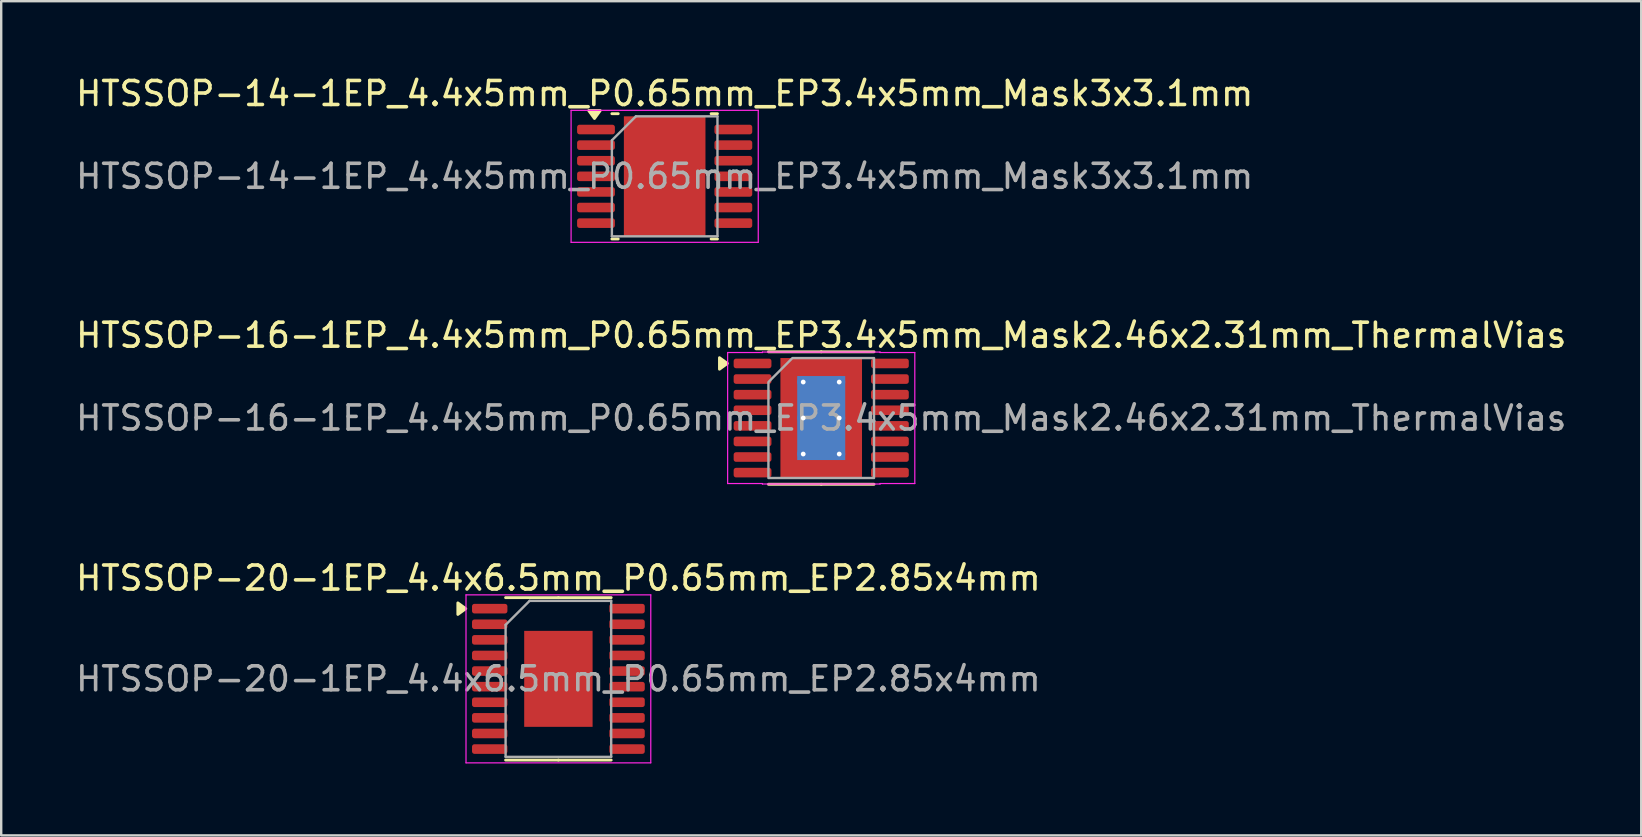
<source format=kicad_pcb>
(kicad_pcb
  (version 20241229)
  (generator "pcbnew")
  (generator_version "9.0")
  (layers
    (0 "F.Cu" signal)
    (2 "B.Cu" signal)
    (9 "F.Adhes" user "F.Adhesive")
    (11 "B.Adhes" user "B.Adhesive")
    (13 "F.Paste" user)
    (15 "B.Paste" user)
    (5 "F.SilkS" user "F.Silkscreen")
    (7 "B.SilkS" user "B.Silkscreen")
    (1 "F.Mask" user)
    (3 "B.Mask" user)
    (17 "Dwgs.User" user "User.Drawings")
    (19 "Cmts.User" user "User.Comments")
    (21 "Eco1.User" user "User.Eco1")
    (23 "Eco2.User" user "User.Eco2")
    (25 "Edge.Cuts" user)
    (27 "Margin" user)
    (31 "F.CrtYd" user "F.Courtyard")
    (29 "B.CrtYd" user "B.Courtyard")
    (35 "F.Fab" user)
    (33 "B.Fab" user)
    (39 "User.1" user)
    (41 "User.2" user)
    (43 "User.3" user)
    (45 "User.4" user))
  (footprint "HTSSOP-16-1EP_4.4x5mm_P0.65mm_EP3.4x5mm_Mask2.46x2.31mm_ThermalVias"
    (layer "F.Cu")
    (at 31.173 14.371)
    (property "Reference" "HTSSOP-16-1EP_4.4x5mm_P0.65mm_EP3.4x5mm_Mask2.46x2.31mm_ThermalVias" (at 0 -3.45 0) (layer "F.SilkS") (effects (font (size 1 1) (thickness 0.15))))
    (attr smd)
    (fp_line (start 0 -2.76) (end -2.2 -2.76) (stroke (width 0.12) (type solid)) (layer "F.SilkS"))
    (fp_line (start 0 -2.76) (end 2.2 -2.76) (stroke (width 0.12) (type solid)) (layer "F.SilkS"))
    (fp_line (start 0 2.76) (end -2.2 2.76) (stroke (width 0.12) (type solid)) (layer "F.SilkS"))
    (fp_line (start 0 2.76) (end 2.2 2.76) (stroke (width 0.12) (type solid)) (layer "F.SilkS"))
    (fp_poly (pts (xy -3.91 -2.275) (xy -4.24 -2.035) (xy -4.24 -2.515)) (stroke (width 0.12) (type solid)) (fill yes) (layer "F.SilkS"))
    (fp_line (start -3.9 -2.73) (end -2.45 -2.73) (stroke (width 0.05) (type solid)) (layer "F.CrtYd"))
    (fp_line (start -3.9 2.73) (end -3.9 -2.73) (stroke (width 0.05) (type solid)) (layer "F.CrtYd"))
    (fp_line (start -2.45 -2.75) (end 2.45 -2.75) (stroke (width 0.05) (type solid)) (layer "F.CrtYd"))
    (fp_line (start -2.45 -2.73) (end -2.45 -2.75) (stroke (width 0.05) (type solid)) (layer "F.CrtYd"))
    (fp_line (start -2.45 2.73) (end -3.9 2.73) (stroke (width 0.05) (type solid)) (layer "F.CrtYd"))
    (fp_line (start -2.45 2.75) (end -2.45 2.73) (stroke (width 0.05) (type solid)) (layer "F.CrtYd"))
    (fp_line (start 2.45 -2.75) (end 2.45 -2.73) (stroke (width 0.05) (type solid)) (layer "F.CrtYd"))
    (fp_line (start 2.45 -2.73) (end 3.9 -2.73) (stroke (width 0.05) (type solid)) (layer "F.CrtYd"))
    (fp_line (start 2.45 2.73) (end 2.45 2.75) (stroke (width 0.05) (type solid)) (layer "F.CrtYd"))
    (fp_line (start 2.45 2.75) (end -2.45 2.75) (stroke (width 0.05) (type solid)) (layer "F.CrtYd"))
    (fp_line (start 3.9 -2.73) (end 3.9 2.73) (stroke (width 0.05) (type solid)) (layer "F.CrtYd"))
    (fp_line (start 3.9 2.73) (end 2.45 2.73) (stroke (width 0.05) (type solid)) (layer "F.CrtYd"))
    (fp_poly (pts (xy -2.2 -1.5) (xy -2.2 2.5) (xy 2.2 2.5) (xy 2.2 -2.5) (xy -1.2 -2.5)) (stroke (width 0.1) (type solid)) (fill no) (layer "F.Fab"))
    (fp_text user "${REFERENCE}" (at 0 0 0) (layer "F.Fab") (effects (font (size 1 1) (thickness 0.15))))
    (pad "" smd roundrect (at 0 -0.58) (size 1.98 0.93) (layers "F.Paste") (roundrect_rratio 0.25))
    (pad "" smd rect (at 0 0) (size 2.46 2.31) (layers "F.Mask"))
    (pad "" smd roundrect (at 0 0.58) (size 1.98 0.93) (layers "F.Paste") (roundrect_rratio 0.25))
    (pad "1" smd roundrect (at -2.862 -2.275) (size 1.575 0.4) (layers "F.Cu" "F.Mask" "F.Paste") (roundrect_rratio 0.25))
    (pad "2" smd roundrect (at -2.862 -1.625) (size 1.575 0.4) (layers "F.Cu" "F.Mask" "F.Paste") (roundrect_rratio 0.25))
    (pad "3" smd roundrect (at -2.862 -0.975) (size 1.575 0.4) (layers "F.Cu" "F.Mask" "F.Paste") (roundrect_rratio 0.25))
    (pad "4" smd roundrect (at -2.862 -0.325) (size 1.575 0.4) (layers "F.Cu" "F.Mask" "F.Paste") (roundrect_rratio 0.25))
    (pad "5" smd roundrect (at -2.862 0.325) (size 1.575 0.4) (layers "F.Cu" "F.Mask" "F.Paste") (roundrect_rratio 0.25))
    (pad "6" smd roundrect (at -2.862 0.975) (size 1.575 0.4) (layers "F.Cu" "F.Mask" "F.Paste") (roundrect_rratio 0.25))
    (pad "7" smd roundrect (at -2.862 1.625) (size 1.575 0.4) (layers "F.Cu" "F.Mask" "F.Paste") (roundrect_rratio 0.25))
    (pad "8" smd roundrect (at -2.862 2.275) (size 1.575 0.4) (layers "F.Cu" "F.Mask" "F.Paste") (roundrect_rratio 0.25))
    (pad "9" smd roundrect (at 2.862 2.275) (size 1.575 0.4) (layers "F.Cu" "F.Mask" "F.Paste") (roundrect_rratio 0.25))
    (pad "10" smd roundrect (at 2.862 1.625) (size 1.575 0.4) (layers "F.Cu" "F.Mask" "F.Paste") (roundrect_rratio 0.25))
    (pad "11" smd roundrect (at 2.862 0.975) (size 1.575 0.4) (layers "F.Cu" "F.Mask" "F.Paste") (roundrect_rratio 0.25))
    (pad "12" smd roundrect (at 2.862 0.325) (size 1.575 0.4) (layers "F.Cu" "F.Mask" "F.Paste") (roundrect_rratio 0.25))
    (pad "13" smd roundrect (at 2.862 -0.325) (size 1.575 0.4) (layers "F.Cu" "F.Mask" "F.Paste") (roundrect_rratio 0.25))
    (pad "14" smd roundrect (at 2.862 -0.975) (size 1.575 0.4) (layers "F.Cu" "F.Mask" "F.Paste") (roundrect_rratio 0.25))
    (pad "15" smd roundrect (at 2.862 -1.625) (size 1.575 0.4) (layers "F.Cu" "F.Mask" "F.Paste") (roundrect_rratio 0.25))
    (pad "16" smd roundrect (at 2.862 -2.275) (size 1.575 0.4) (layers "F.Cu" "F.Mask" "F.Paste") (roundrect_rratio 0.25))
    (pad "17" thru_hole circle (at -0.75 -1.5) (size 0.5 0.5) (drill 0.2) (property pad_prop_heatsink) (layers "*.Cu"))
    (pad "17" thru_hole circle (at -0.75 0) (size 0.5 0.5) (drill 0.2) (property pad_prop_heatsink) (layers "*.Cu"))
    (pad "17" thru_hole circle (at -0.75 1.5) (size 0.5 0.5) (drill 0.2) (property pad_prop_heatsink) (layers "*.Cu"))
    (pad "17" smd rect (at 0 0) (size 2 3.5) (property pad_prop_heatsink) (layers "B.Cu"))
    (pad "17" smd rect (at 0 0) (size 3.4 5) (property pad_prop_heatsink) (layers "F.Cu"))
    (pad "17" thru_hole circle (at 0.75 -1.5) (size 0.5 0.5) (drill 0.2) (property pad_prop_heatsink) (layers "*.Cu"))
    (pad "17" thru_hole circle (at 0.75 0) (size 0.5 0.5) (drill 0.2) (property pad_prop_heatsink) (layers "*.Cu"))
    (pad "17" thru_hole circle (at 0.75 1.5) (size 0.5 0.5) (drill 0.2) (property pad_prop_heatsink) (layers "*.Cu")))
  (footprint "HTSSOP-20-1EP_4.4x6.5mm_P0.65mm_EP2.85x4mm"
    (layer "F.Cu")
    (at 20.22 25.24)
    (property "Reference" "HTSSOP-20-1EP_4.4x6.5mm_P0.65mm_EP2.85x4mm" (at 0 -4.2 0) (layer "F.SilkS") (effects (font (size 1 1) (thickness 0.15))))
    (attr smd)
    (fp_line (start 0 -3.385) (end -2.2 -3.385) (stroke (width 0.12) (type solid)) (layer "F.SilkS"))
    (fp_line (start 0 -3.385) (end 2.2 -3.385) (stroke (width 0.12) (type solid)) (layer "F.SilkS"))
    (fp_line (start 0 3.385) (end -2.2 3.385) (stroke (width 0.12) (type solid)) (layer "F.SilkS"))
    (fp_line (start 0 3.385) (end 2.2 3.385) (stroke (width 0.12) (type solid)) (layer "F.SilkS"))
    (fp_poly (pts (xy -3.86 -2.925) (xy -4.19 -2.685) (xy -4.19 -3.165) (xy -3.86 -2.925)) (stroke (width 0.12) (type solid)) (fill yes) (layer "F.SilkS"))
    (fp_line (start -3.85 -3.5) (end -3.85 3.5) (stroke (width 0.05) (type solid)) (layer "F.CrtYd"))
    (fp_line (start -3.85 3.5) (end 3.85 3.5) (stroke (width 0.05) (type solid)) (layer "F.CrtYd"))
    (fp_line (start 3.85 -3.5) (end -3.85 -3.5) (stroke (width 0.05) (type solid)) (layer "F.CrtYd"))
    (fp_line (start 3.85 3.5) (end 3.85 -3.5) (stroke (width 0.05) (type solid)) (layer "F.CrtYd"))
    (fp_line (start -2.2 -2.25) (end -1.2 -3.25) (stroke (width 0.1) (type solid)) (layer "F.Fab"))
    (fp_line (start -2.2 3.25) (end -2.2 -2.25) (stroke (width 0.1) (type solid)) (layer "F.Fab"))
    (fp_line (start -1.2 -3.25) (end 2.2 -3.25) (stroke (width 0.1) (type solid)) (layer "F.Fab"))
    (fp_line (start 2.2 -3.25) (end 2.2 3.25) (stroke (width 0.1) (type solid)) (layer "F.Fab"))
    (fp_line (start 2.2 3.25) (end -2.2 3.25) (stroke (width 0.1) (type solid)) (layer "F.Fab"))
    (fp_text user "${REFERENCE}" (at 0 0 0) (layer "F.Fab") (effects (font (size 1 1) (thickness 0.15))))
    (pad "" smd roundrect (at 0 -1) (size 2.3 1.61) (layers "F.Paste") (roundrect_rratio 0.155))
    (pad "" smd roundrect (at 0 1) (size 2.3 1.61) (layers "F.Paste") (roundrect_rratio 0.155))
    (pad "1" smd roundrect (at -2.862 -2.925) (size 1.475 0.4) (layers "F.Cu" "F.Mask" "F.Paste") (roundrect_rratio 0.25))
    (pad "2" smd roundrect (at -2.862 -2.275) (size 1.475 0.4) (layers "F.Cu" "F.Mask" "F.Paste") (roundrect_rratio 0.25))
    (pad "3" smd roundrect (at -2.862 -1.625) (size 1.475 0.4) (layers "F.Cu" "F.Mask" "F.Paste") (roundrect_rratio 0.25))
    (pad "4" smd roundrect (at -2.862 -0.975) (size 1.475 0.4) (layers "F.Cu" "F.Mask" "F.Paste") (roundrect_rratio 0.25))
    (pad "5" smd roundrect (at -2.862 -0.325) (size 1.475 0.4) (layers "F.Cu" "F.Mask" "F.Paste") (roundrect_rratio 0.25))
    (pad "6" smd roundrect (at -2.862 0.325) (size 1.475 0.4) (layers "F.Cu" "F.Mask" "F.Paste") (roundrect_rratio 0.25))
    (pad "7" smd roundrect (at -2.862 0.975) (size 1.475 0.4) (layers "F.Cu" "F.Mask" "F.Paste") (roundrect_rratio 0.25))
    (pad "8" smd roundrect (at -2.862 1.625) (size 1.475 0.4) (layers "F.Cu" "F.Mask" "F.Paste") (roundrect_rratio 0.25))
    (pad "9" smd roundrect (at -2.862 2.275) (size 1.475 0.4) (layers "F.Cu" "F.Mask" "F.Paste") (roundrect_rratio 0.25))
    (pad "10" smd roundrect (at -2.862 2.925) (size 1.475 0.4) (layers "F.Cu" "F.Mask" "F.Paste") (roundrect_rratio 0.25))
    (pad "11" smd roundrect (at 2.862 2.925) (size 1.475 0.4) (layers "F.Cu" "F.Mask" "F.Paste") (roundrect_rratio 0.25))
    (pad "12" smd roundrect (at 2.862 2.275) (size 1.475 0.4) (layers "F.Cu" "F.Mask" "F.Paste") (roundrect_rratio 0.25))
    (pad "13" smd roundrect (at 2.862 1.625) (size 1.475 0.4) (layers "F.Cu" "F.Mask" "F.Paste") (roundrect_rratio 0.25))
    (pad "14" smd roundrect (at 2.862 0.975) (size 1.475 0.4) (layers "F.Cu" "F.Mask" "F.Paste") (roundrect_rratio 0.25))
    (pad "15" smd roundrect (at 2.862 0.325) (size 1.475 0.4) (layers "F.Cu" "F.Mask" "F.Paste") (roundrect_rratio 0.25))
    (pad "16" smd roundrect (at 2.862 -0.325) (size 1.475 0.4) (layers "F.Cu" "F.Mask" "F.Paste") (roundrect_rratio 0.25))
    (pad "17" smd roundrect (at 2.862 -0.975) (size 1.475 0.4) (layers "F.Cu" "F.Mask" "F.Paste") (roundrect_rratio 0.25))
    (pad "18" smd roundrect (at 2.862 -1.625) (size 1.475 0.4) (layers "F.Cu" "F.Mask" "F.Paste") (roundrect_rratio 0.25))
    (pad "19" smd roundrect (at 2.862 -2.275) (size 1.475 0.4) (layers "F.Cu" "F.Mask" "F.Paste") (roundrect_rratio 0.25))
    (pad "20" smd roundrect (at 2.862 -2.925) (size 1.475 0.4) (layers "F.Cu" "F.Mask" "F.Paste") (roundrect_rratio 0.25))
    (pad "21" smd rect (at 0 0) (size 2.85 4) (property pad_prop_heatsink) (layers "F.Cu" "F.Mask")))
  (footprint "HTSSOP-14-1EP_4.4x5mm_P0.65mm_EP3.4x5mm_Mask3x3.1mm"
    (layer "F.Cu")
    (at 24.649 4.298)
    (property "Reference" "HTSSOP-14-1EP_4.4x5mm_P0.65mm_EP3.4x5mm_Mask3x3.1mm" (at 0 -3.45 0) (layer "F.SilkS") (effects (font (size 1 1) (thickness 0.15))))
    (attr smd)
    (fp_line (start -1.936 -2.61) (end -2.2 -2.61) (stroke (width 0.12) (type solid)) (layer "F.SilkS"))
    (fp_line (start -1.936 2.61) (end -2.2 2.61) (stroke (width 0.12) (type solid)) (layer "F.SilkS"))
    (fp_line (start 1.936 -2.61) (end 2.2 -2.61) (stroke (width 0.12) (type solid)) (layer "F.SilkS"))
    (fp_line (start 1.936 2.61) (end 2.2 2.61) (stroke (width 0.12) (type solid)) (layer "F.SilkS"))
    (fp_poly (pts (xy -2.925 -2.41) (xy -3.165 -2.74) (xy -2.685 -2.74) (xy -2.925 -2.41)) (stroke (width 0.12) (type solid)) (fill yes) (layer "F.SilkS"))
    (fp_line (start -3.9 -2.75) (end -3.9 2.75) (stroke (width 0.05) (type solid)) (layer "F.CrtYd"))
    (fp_line (start -3.9 2.75) (end 3.9 2.75) (stroke (width 0.05) (type solid)) (layer "F.CrtYd"))
    (fp_line (start 3.9 -2.75) (end -3.9 -2.75) (stroke (width 0.05) (type solid)) (layer "F.CrtYd"))
    (fp_line (start 3.9 2.75) (end 3.9 -2.75) (stroke (width 0.05) (type solid)) (layer "F.CrtYd"))
    (fp_line (start -2.2 -1.5) (end -1.2 -2.5) (stroke (width 0.1) (type solid)) (layer "F.Fab"))
    (fp_line (start -2.2 2.5) (end -2.2 -1.5) (stroke (width 0.1) (type solid)) (layer "F.Fab"))
    (fp_line (start -1.2 -2.5) (end 2.2 -2.5) (stroke (width 0.1) (type solid)) (layer "F.Fab"))
    (fp_line (start 2.2 -2.5) (end 2.2 2.5) (stroke (width 0.1) (type solid)) (layer "F.Fab"))
    (fp_line (start 2.2 2.5) (end -2.2 2.5) (stroke (width 0.1) (type solid)) (layer "F.Fab"))
    (fp_text user "${REFERENCE}" (at 0 0 0) (layer "F.Fab") (effects (font (size 1 1) (thickness 0.15))))
    (pad "" smd roundrect (at -0.75 -0.775) (size 1.21 1.25) (layers "F.Paste") (roundrect_rratio 0.207))
    (pad "" smd roundrect (at -0.75 0.775) (size 1.21 1.25) (layers "F.Paste") (roundrect_rratio 0.207))
    (pad "" smd rect (at 0 0) (size 3 3.1) (layers "F.Mask"))
    (pad "" smd roundrect (at 0.75 -0.775) (size 1.21 1.25) (layers "F.Paste") (roundrect_rratio 0.207))
    (pad "" smd roundrect (at 0.75 0.775) (size 1.21 1.25) (layers "F.Paste") (roundrect_rratio 0.207))
    (pad "1" smd roundrect (at -2.862 -1.95) (size 1.575 0.4) (layers "F.Cu" "F.Mask" "F.Paste") (roundrect_rratio 0.25))
    (pad "2" smd roundrect (at -2.862 -1.3) (size 1.575 0.4) (layers "F.Cu" "F.Mask" "F.Paste") (roundrect_rratio 0.25))
    (pad "3" smd roundrect (at -2.862 -0.65) (size 1.575 0.4) (layers "F.Cu" "F.Mask" "F.Paste") (roundrect_rratio 0.25))
    (pad "4" smd roundrect (at -2.862 0) (size 1.575 0.4) (layers "F.Cu" "F.Mask" "F.Paste") (roundrect_rratio 0.25))
    (pad "5" smd roundrect (at -2.862 0.65) (size 1.575 0.4) (layers "F.Cu" "F.Mask" "F.Paste") (roundrect_rratio 0.25))
    (pad "6" smd roundrect (at -2.862 1.3) (size 1.575 0.4) (layers "F.Cu" "F.Mask" "F.Paste") (roundrect_rratio 0.25))
    (pad "7" smd roundrect (at -2.862 1.95) (size 1.575 0.4) (layers "F.Cu" "F.Mask" "F.Paste") (roundrect_rratio 0.25))
    (pad "8" smd roundrect (at 2.862 1.95) (size 1.575 0.4) (layers "F.Cu" "F.Mask" "F.Paste") (roundrect_rratio 0.25))
    (pad "9" smd roundrect (at 2.862 1.3) (size 1.575 0.4) (layers "F.Cu" "F.Mask" "F.Paste") (roundrect_rratio 0.25))
    (pad "10" smd roundrect (at 2.862 0.65) (size 1.575 0.4) (layers "F.Cu" "F.Mask" "F.Paste") (roundrect_rratio 0.25))
    (pad "11" smd roundrect (at 2.862 0) (size 1.575 0.4) (layers "F.Cu" "F.Mask" "F.Paste") (roundrect_rratio 0.25))
    (pad "12" smd roundrect (at 2.862 -0.65) (size 1.575 0.4) (layers "F.Cu" "F.Mask" "F.Paste") (roundrect_rratio 0.25))
    (pad "13" smd roundrect (at 2.862 -1.3) (size 1.575 0.4) (layers "F.Cu" "F.Mask" "F.Paste") (roundrect_rratio 0.25))
    (pad "14" smd roundrect (at 2.862 -1.95) (size 1.575 0.4) (layers "F.Cu" "F.Mask" "F.Paste") (roundrect_rratio 0.25))
    (pad "15" smd rect (at 0 0) (size 3.4 5) (property pad_prop_heatsink) (layers "F.Cu")))
  (gr_rect
    (start -3 -3)
    (end 65.345 31.765)
    (stroke (width 0.1) (type default))
    (fill no)
    (layer "Edge.Cuts")))
</source>
